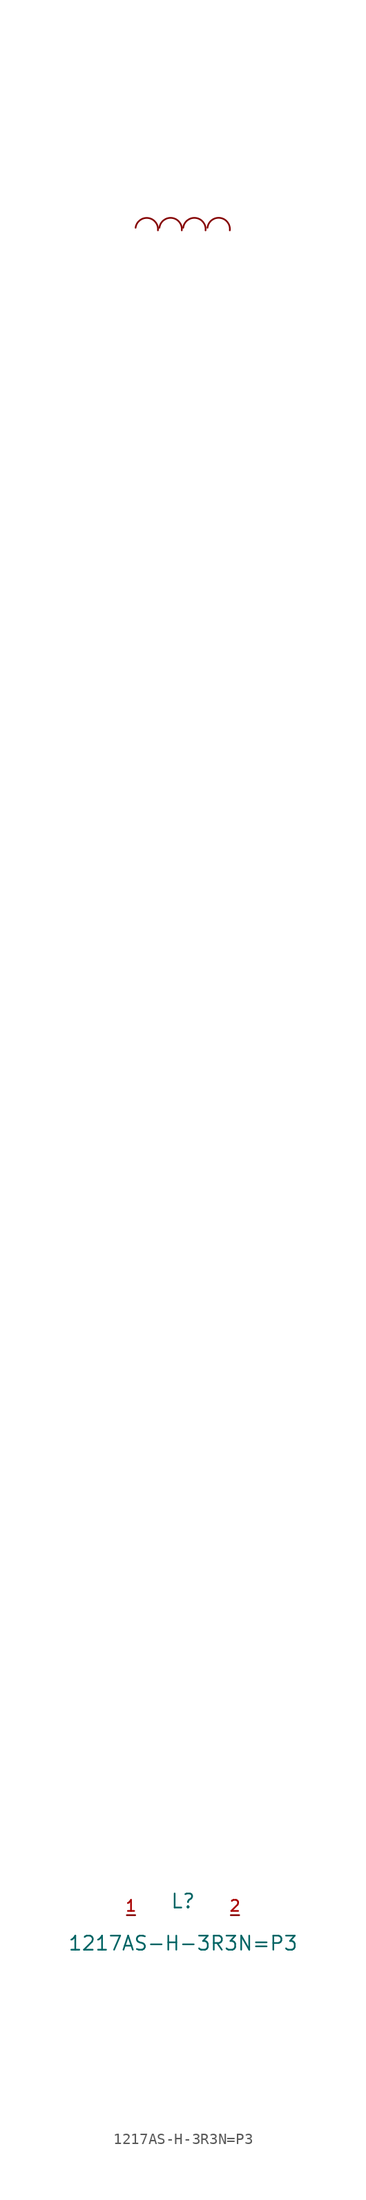
<source format=kicad_sym>
(kicad_symbol_lib
  (version 20210201)
  (generator TousstNicolas/JLC2KiCad_lib)
  (symbol "1217AS-H-3R3N=P3"
    (pin_names hide)
    (property "Reference" "L"
      (at 0 1.27 0)
      (effects (font (size 1.27 1.27))))
    (property "Value" "1217AS-H-3R3N=P3"
      (at 0 -2.54 0)
      (effects (font (size 1.27 1.27))))
    (symbol "1217AS-H-3R3N=P3_0_1"
      (pin unspecified line (at 5.08 -0.0 180) (length 0.762) (name "2" (effects (font (size 1 1)))) (number "2" (effects (font (size 1 1)))))
      (pin unspecified line (at -5.08 -0.0 0) (length 0.762) (name "1" (effects (font (size 1 1)))) (number "1" (effects (font (size 1 1)))))
      (arc (start -2.2675798317689098 152.26577474375057) (mid -3.1589675383294846 153.39269454626879) (end -4.285887329344515 152.50130682516553) (stroke (width 0) (type default) (color 0 0 0 0)) (fill (type none)))
      (arc (start -0.11289020511819081 152.26516817215807) (mid -1.0043096562459306 153.39206286199257) (end -2.131204336687783 152.50064339899106) (stroke (width 0) (type default) (color 0 0 0 0)) (fill (type none)))
      (arc (start 2.037732096126408 152.26516817215807) (mid 1.146312644998668 153.39206286199257) (end 0.019417964556815614 152.50064339899106) (stroke (width 0) (type default) (color 0 0 0 0)) (fill (type none)))
      (arc (start 4.230518481699189 152.26567617317409) (mid 3.339099030571449 153.3925708630086) (end 2.2122043501295967 152.50115140000707) (stroke (width 0) (type default) (color 0 0 0 0)) (fill (type none))))))
</source>
